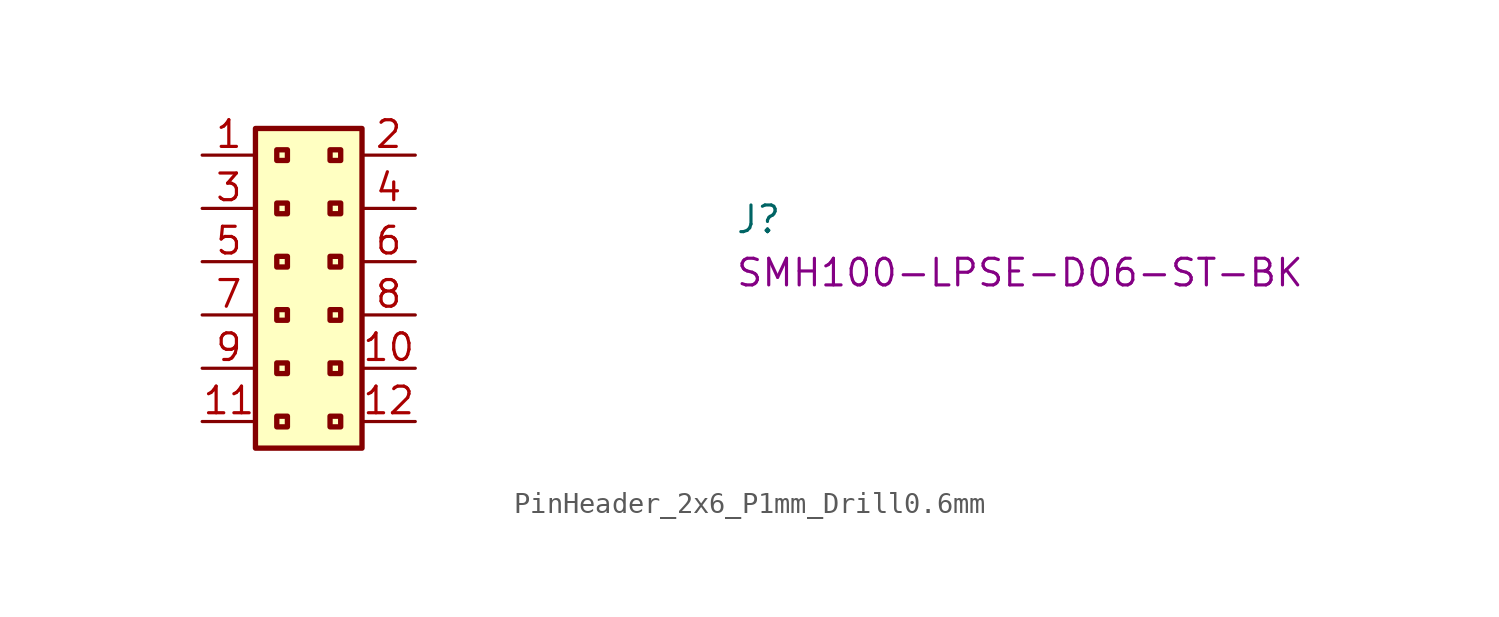
<source format=kicad_sym>
(kicad_symbol_lib
  (version 20220914)
  (generator kicad_symbol_editor)
  (symbol "PinHeader_2x6_P1mm_Drill0.6mm"
    (property "Reference" "J"
      (at 25.4 -3.81 0)
      (effects (font (size 1.27 1.27) (thickness 0.15)) (justify left bottom)))
    (property "MPN" "SMH100-LPSE-D06-ST-BK"
      (at 25.4 -6.35 0)
      (effects (font (size 1.27 1.27) (thickness 0.15)) (justify left bottom)))
    (symbol "PinHeader_2x6_P1mm_Drill0.6mm_1_1"
      (rectangle (start 2.54 1.27) (end 7.62 -13.97) (stroke (width 0.254) (type default)) (fill (type background)))
      (rectangle (start 3.556 -12.446) (end 4.064 -12.954) (stroke (width 0.254) (type default)) (fill (type background)))
      (rectangle (start 3.556 -9.906) (end 4.064 -10.414) (stroke (width 0.254) (type default)) (fill (type background)))
      (rectangle (start 3.556 -7.366) (end 4.064 -7.874) (stroke (width 0.254) (type default)) (fill (type background)))
      (rectangle (start 3.556 -4.826) (end 4.064 -5.334) (stroke (width 0.254) (type default)) (fill (type background)))
      (rectangle (start 3.556 -2.286) (end 4.064 -2.794) (stroke (width 0.254) (type default)) (fill (type background)))
      (rectangle (start 3.556 0.254) (end 4.064 -0.254) (stroke (width 0.254) (type default)) (fill (type background)))
      (rectangle (start 6.096 -12.446) (end 6.604 -12.954) (stroke (width 0.254) (type default)) (fill (type background)))
      (rectangle (start 6.096 -9.906) (end 6.604 -10.414) (stroke (width 0.254) (type default)) (fill (type background)))
      (rectangle (start 6.096 -7.366) (end 6.604 -7.874) (stroke (width 0.254) (type default)) (fill (type background)))
      (rectangle (start 6.096 -4.826) (end 6.604 -5.334) (stroke (width 0.254) (type default)) (fill (type background)))
      (rectangle (start 6.096 -2.286) (end 6.604 -2.794) (stroke (width 0.254) (type default)) (fill (type background)))
      (rectangle (start 6.096 0.254) (end 6.604 -0.254) (stroke (width 0.254) (type default)) (fill (type background)))
      (pin passive line (at 0 0 0) (length 2.54) (name "~" (effects (font (size 1.27 1.27)))) (number "1" (effects (font (size 1.27 1.27)))))
      (pin passive line (at 10.16 -10.16 180) (length 2.54) (name "~" (effects (font (size 1.27 1.27)))) (number "10" (effects (font (size 1.27 1.27)))))
      (pin passive line (at 0 -12.7 0) (length 2.54) (name "~" (effects (font (size 1.27 1.27)))) (number "11" (effects (font (size 1.27 1.27)))))
      (pin passive line (at 10.16 -12.7 180) (length 2.54) (name "~" (effects (font (size 1.27 1.27)))) (number "12" (effects (font (size 1.27 1.27)))))
      (pin passive line (at 10.16 0 180) (length 2.54) (name "~" (effects (font (size 1.27 1.27)))) (number "2" (effects (font (size 1.27 1.27)))))
      (pin passive line (at 0 -2.54 0) (length 2.54) (name "~" (effects (font (size 1.27 1.27)))) (number "3" (effects (font (size 1.27 1.27)))))
      (pin passive line (at 10.16 -2.54 180) (length 2.54) (name "~" (effects (font (size 1.27 1.27)))) (number "4" (effects (font (size 1.27 1.27)))))
      (pin passive line (at 0 -5.08 0) (length 2.54) (name "~" (effects (font (size 1.27 1.27)))) (number "5" (effects (font (size 1.27 1.27)))))
      (pin passive line (at 10.16 -5.08 180) (length 2.54) (name "~" (effects (font (size 1.27 1.27)))) (number "6" (effects (font (size 1.27 1.27)))))
      (pin passive line (at 0 -7.62 0) (length 2.54) (name "~" (effects (font (size 1.27 1.27)))) (number "7" (effects (font (size 1.27 1.27)))))
      (pin passive line (at 10.16 -7.62 180) (length 2.54) (name "~" (effects (font (size 1.27 1.27)))) (number "8" (effects (font (size 1.27 1.27)))))
      (pin passive line (at 0 -10.16 0) (length 2.54) (name "~" (effects (font (size 1.27 1.27)))) (number "9" (effects (font (size 1.27 1.27))))))))
</source>
